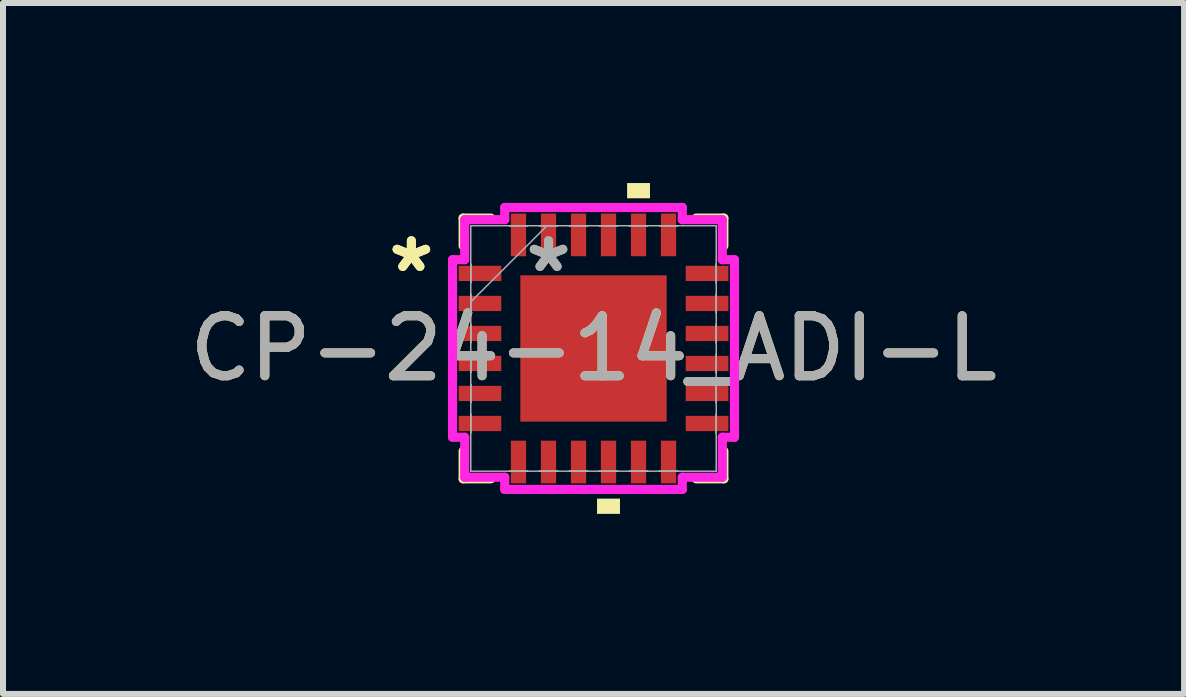
<source format=kicad_pcb>
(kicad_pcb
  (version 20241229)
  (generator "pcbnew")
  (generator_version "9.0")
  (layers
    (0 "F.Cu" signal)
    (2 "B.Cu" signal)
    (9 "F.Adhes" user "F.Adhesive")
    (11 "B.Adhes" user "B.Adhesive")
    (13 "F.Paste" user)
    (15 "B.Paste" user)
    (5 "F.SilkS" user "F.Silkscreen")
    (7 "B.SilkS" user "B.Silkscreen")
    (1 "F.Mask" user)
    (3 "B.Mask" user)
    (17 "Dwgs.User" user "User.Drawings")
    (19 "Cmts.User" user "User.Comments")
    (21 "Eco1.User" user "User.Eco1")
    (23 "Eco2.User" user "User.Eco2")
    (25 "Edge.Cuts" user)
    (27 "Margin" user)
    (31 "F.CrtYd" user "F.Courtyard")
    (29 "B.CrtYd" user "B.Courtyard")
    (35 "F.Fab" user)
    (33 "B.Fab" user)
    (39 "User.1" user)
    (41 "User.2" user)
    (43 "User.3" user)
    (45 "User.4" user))
  (footprint "CP-24-14_ADI-L"
    (layer "F.Cu")
    (at 6.839 2.756)
    (property "Reference" "CP-24-14_ADI-L" (at 0 0 0) (unlocked yes) (layer "F.SilkS") (effects (font (size 1 1) (thickness 0.15))))
    (attr smd)
    (fp_line (start -2.172 -2.172) (end -2.172 -1.71) (stroke (width 0.152) (type solid)) (layer "F.SilkS"))
    (fp_line (start -2.172 1.71) (end -2.172 2.172) (stroke (width 0.152) (type solid)) (layer "F.SilkS"))
    (fp_line (start -2.172 2.172) (end -1.71 2.172) (stroke (width 0.152) (type solid)) (layer "F.SilkS"))
    (fp_line (start -1.71 -2.172) (end -2.172 -2.172) (stroke (width 0.152) (type solid)) (layer "F.SilkS"))
    (fp_line (start 1.71 2.172) (end 2.172 2.172) (stroke (width 0.152) (type solid)) (layer "F.SilkS"))
    (fp_line (start 2.172 -2.172) (end 1.71 -2.172) (stroke (width 0.152) (type solid)) (layer "F.SilkS"))
    (fp_line (start 2.172 -1.71) (end 2.172 -2.172) (stroke (width 0.152) (type solid)) (layer "F.SilkS"))
    (fp_line (start 2.172 2.172) (end 2.172 1.71) (stroke (width 0.152) (type solid)) (layer "F.SilkS"))
    (fp_poly (pts (xy 0.059 2.502) (xy 0.059 2.756) (xy 0.441 2.756) (xy 0.441 2.502)) (stroke (width 0) (type solid)) (fill yes) (layer "F.SilkS"))
    (fp_poly (pts (xy 0.56 -2.502) (xy 0.56 -2.756) (xy 0.941 -2.756) (xy 0.941 -2.502)) (stroke (width 0) (type solid)) (fill yes) (layer "F.SilkS"))
    (fp_line (start -2.349 -1.479) (end -2.146 -1.479) (stroke (width 0.152) (type solid)) (layer "F.CrtYd"))
    (fp_line (start -2.349 1.479) (end -2.349 -1.479) (stroke (width 0.152) (type solid)) (layer "F.CrtYd"))
    (fp_line (start -2.146 -2.146) (end -1.479 -2.146) (stroke (width 0.152) (type solid)) (layer "F.CrtYd"))
    (fp_line (start -2.146 -1.479) (end -2.146 -2.146) (stroke (width 0.152) (type solid)) (layer "F.CrtYd"))
    (fp_line (start -2.146 1.479) (end -2.349 1.479) (stroke (width 0.152) (type solid)) (layer "F.CrtYd"))
    (fp_line (start -2.146 2.146) (end -2.146 1.479) (stroke (width 0.152) (type solid)) (layer "F.CrtYd"))
    (fp_line (start -1.479 -2.349) (end 1.479 -2.349) (stroke (width 0.152) (type solid)) (layer "F.CrtYd"))
    (fp_line (start -1.479 -2.146) (end -1.479 -2.349) (stroke (width 0.152) (type solid)) (layer "F.CrtYd"))
    (fp_line (start -1.479 2.146) (end -2.146 2.146) (stroke (width 0.152) (type solid)) (layer "F.CrtYd"))
    (fp_line (start -1.479 2.349) (end -1.479 2.146) (stroke (width 0.152) (type solid)) (layer "F.CrtYd"))
    (fp_line (start 1.479 -2.349) (end 1.479 -2.146) (stroke (width 0.152) (type solid)) (layer "F.CrtYd"))
    (fp_line (start 1.479 -2.146) (end 2.146 -2.146) (stroke (width 0.152) (type solid)) (layer "F.CrtYd"))
    (fp_line (start 1.479 2.146) (end 1.479 2.349) (stroke (width 0.152) (type solid)) (layer "F.CrtYd"))
    (fp_line (start 1.479 2.349) (end -1.479 2.349) (stroke (width 0.152) (type solid)) (layer "F.CrtYd"))
    (fp_line (start 2.146 -2.146) (end 2.146 -1.479) (stroke (width 0.152) (type solid)) (layer "F.CrtYd"))
    (fp_line (start 2.146 -1.479) (end 2.349 -1.479) (stroke (width 0.152) (type solid)) (layer "F.CrtYd"))
    (fp_line (start 2.146 1.479) (end 2.146 2.146) (stroke (width 0.152) (type solid)) (layer "F.CrtYd"))
    (fp_line (start 2.146 2.146) (end 1.479 2.146) (stroke (width 0.152) (type solid)) (layer "F.CrtYd"))
    (fp_line (start 2.349 -1.479) (end 2.349 1.479) (stroke (width 0.152) (type solid)) (layer "F.CrtYd"))
    (fp_line (start 2.349 1.479) (end 2.146 1.479) (stroke (width 0.152) (type solid)) (layer "F.CrtYd"))
    (fp_line (start -2.045 -2.045) (end -2.045 2.045) (stroke (width 0.025) (type solid)) (layer "F.Fab"))
    (fp_line (start -2.045 -1.402) (end -2.045 -1.402) (stroke (width 0.025) (type solid)) (layer "F.Fab"))
    (fp_line (start -2.045 -1.402) (end -2.045 -1.098) (stroke (width 0.025) (type solid)) (layer "F.Fab"))
    (fp_line (start -2.045 -1.098) (end -2.045 -1.402) (stroke (width 0.025) (type solid)) (layer "F.Fab"))
    (fp_line (start -2.045 -1.098) (end -2.045 -1.098) (stroke (width 0.025) (type solid)) (layer "F.Fab"))
    (fp_line (start -2.045 -0.902) (end -2.045 -0.902) (stroke (width 0.025) (type solid)) (layer "F.Fab"))
    (fp_line (start -2.045 -0.902) (end -2.045 -0.598) (stroke (width 0.025) (type solid)) (layer "F.Fab"))
    (fp_line (start -2.045 -0.775) (end -0.775 -2.045) (stroke (width 0.025) (type solid)) (layer "F.Fab"))
    (fp_line (start -2.045 -0.598) (end -2.045 -0.902) (stroke (width 0.025) (type solid)) (layer "F.Fab"))
    (fp_line (start -2.045 -0.598) (end -2.045 -0.598) (stroke (width 0.025) (type solid)) (layer "F.Fab"))
    (fp_line (start -2.045 -0.402) (end -2.045 -0.402) (stroke (width 0.025) (type solid)) (layer "F.Fab"))
    (fp_line (start -2.045 -0.402) (end -2.045 -0.098) (stroke (width 0.025) (type solid)) (layer "F.Fab"))
    (fp_line (start -2.045 -0.098) (end -2.045 -0.402) (stroke (width 0.025) (type solid)) (layer "F.Fab"))
    (fp_line (start -2.045 -0.098) (end -2.045 -0.098) (stroke (width 0.025) (type solid)) (layer "F.Fab"))
    (fp_line (start -2.045 0.098) (end -2.045 0.098) (stroke (width 0.025) (type solid)) (layer "F.Fab"))
    (fp_line (start -2.045 0.098) (end -2.045 0.402) (stroke (width 0.025) (type solid)) (layer "F.Fab"))
    (fp_line (start -2.045 0.402) (end -2.045 0.098) (stroke (width 0.025) (type solid)) (layer "F.Fab"))
    (fp_line (start -2.045 0.402) (end -2.045 0.402) (stroke (width 0.025) (type solid)) (layer "F.Fab"))
    (fp_line (start -2.045 0.598) (end -2.045 0.598) (stroke (width 0.025) (type solid)) (layer "F.Fab"))
    (fp_line (start -2.045 0.598) (end -2.045 0.902) (stroke (width 0.025) (type solid)) (layer "F.Fab"))
    (fp_line (start -2.045 0.902) (end -2.045 0.598) (stroke (width 0.025) (type solid)) (layer "F.Fab"))
    (fp_line (start -2.045 0.902) (end -2.045 0.902) (stroke (width 0.025) (type solid)) (layer "F.Fab"))
    (fp_line (start -2.045 1.098) (end -2.045 1.098) (stroke (width 0.025) (type solid)) (layer "F.Fab"))
    (fp_line (start -2.045 1.098) (end -2.045 1.402) (stroke (width 0.025) (type solid)) (layer "F.Fab"))
    (fp_line (start -2.045 1.402) (end -2.045 1.098) (stroke (width 0.025) (type solid)) (layer "F.Fab"))
    (fp_line (start -2.045 1.402) (end -2.045 1.402) (stroke (width 0.025) (type solid)) (layer "F.Fab"))
    (fp_line (start -2.045 2.045) (end 2.045 2.045) (stroke (width 0.025) (type solid)) (layer "F.Fab"))
    (fp_line (start -1.402 -2.045) (end -1.402 -2.045) (stroke (width 0.025) (type solid)) (layer "F.Fab"))
    (fp_line (start -1.402 -2.045) (end -1.098 -2.045) (stroke (width 0.025) (type solid)) (layer "F.Fab"))
    (fp_line (start -1.402 2.045) (end -1.402 2.045) (stroke (width 0.025) (type solid)) (layer "F.Fab"))
    (fp_line (start -1.402 2.045) (end -1.098 2.045) (stroke (width 0.025) (type solid)) (layer "F.Fab"))
    (fp_line (start -1.098 -2.045) (end -1.402 -2.045) (stroke (width 0.025) (type solid)) (layer "F.Fab"))
    (fp_line (start -1.098 -2.045) (end -1.098 -2.045) (stroke (width 0.025) (type solid)) (layer "F.Fab"))
    (fp_line (start -1.098 2.045) (end -1.402 2.045) (stroke (width 0.025) (type solid)) (layer "F.Fab"))
    (fp_line (start -1.098 2.045) (end -1.098 2.045) (stroke (width 0.025) (type solid)) (layer "F.Fab"))
    (fp_line (start -0.902 -2.045) (end -0.902 -2.045) (stroke (width 0.025) (type solid)) (layer "F.Fab"))
    (fp_line (start -0.902 -2.045) (end -0.598 -2.045) (stroke (width 0.025) (type solid)) (layer "F.Fab"))
    (fp_line (start -0.902 2.045) (end -0.902 2.045) (stroke (width 0.025) (type solid)) (layer "F.Fab"))
    (fp_line (start -0.902 2.045) (end -0.598 2.045) (stroke (width 0.025) (type solid)) (layer "F.Fab"))
    (fp_line (start -0.598 -2.045) (end -0.902 -2.045) (stroke (width 0.025) (type solid)) (layer "F.Fab"))
    (fp_line (start -0.598 -2.045) (end -0.598 -2.045) (stroke (width 0.025) (type solid)) (layer "F.Fab"))
    (fp_line (start -0.598 2.045) (end -0.902 2.045) (stroke (width 0.025) (type solid)) (layer "F.Fab"))
    (fp_line (start -0.598 2.045) (end -0.598 2.045) (stroke (width 0.025) (type solid)) (layer "F.Fab"))
    (fp_line (start -0.402 -2.045) (end -0.402 -2.045) (stroke (width 0.025) (type solid)) (layer "F.Fab"))
    (fp_line (start -0.402 -2.045) (end -0.098 -2.045) (stroke (width 0.025) (type solid)) (layer "F.Fab"))
    (fp_line (start -0.402 2.045) (end -0.402 2.045) (stroke (width 0.025) (type solid)) (layer "F.Fab"))
    (fp_line (start -0.402 2.045) (end -0.098 2.045) (stroke (width 0.025) (type solid)) (layer "F.Fab"))
    (fp_line (start -0.098 -2.045) (end -0.402 -2.045) (stroke (width 0.025) (type solid)) (layer "F.Fab"))
    (fp_line (start -0.098 -2.045) (end -0.098 -2.045) (stroke (width 0.025) (type solid)) (layer "F.Fab"))
    (fp_line (start -0.098 2.045) (end -0.402 2.045) (stroke (width 0.025) (type solid)) (layer "F.Fab"))
    (fp_line (start -0.098 2.045) (end -0.098 2.045) (stroke (width 0.025) (type solid)) (layer "F.Fab"))
    (fp_line (start 0.098 -2.045) (end 0.098 -2.045) (stroke (width 0.025) (type solid)) (layer "F.Fab"))
    (fp_line (start 0.098 -2.045) (end 0.402 -2.045) (stroke (width 0.025) (type solid)) (layer "F.Fab"))
    (fp_line (start 0.098 2.045) (end 0.098 2.045) (stroke (width 0.025) (type solid)) (layer "F.Fab"))
    (fp_line (start 0.098 2.045) (end 0.402 2.045) (stroke (width 0.025) (type solid)) (layer "F.Fab"))
    (fp_line (start 0.402 -2.045) (end 0.098 -2.045) (stroke (width 0.025) (type solid)) (layer "F.Fab"))
    (fp_line (start 0.402 -2.045) (end 0.402 -2.045) (stroke (width 0.025) (type solid)) (layer "F.Fab"))
    (fp_line (start 0.402 2.045) (end 0.098 2.045) (stroke (width 0.025) (type solid)) (layer "F.Fab"))
    (fp_line (start 0.402 2.045) (end 0.402 2.045) (stroke (width 0.025) (type solid)) (layer "F.Fab"))
    (fp_line (start 0.598 -2.045) (end 0.598 -2.045) (stroke (width 0.025) (type solid)) (layer "F.Fab"))
    (fp_line (start 0.598 -2.045) (end 0.902 -2.045) (stroke (width 0.025) (type solid)) (layer "F.Fab"))
    (fp_line (start 0.598 2.045) (end 0.598 2.045) (stroke (width 0.025) (type solid)) (layer "F.Fab"))
    (fp_line (start 0.598 2.045) (end 0.902 2.045) (stroke (width 0.025) (type solid)) (layer "F.Fab"))
    (fp_line (start 0.902 -2.045) (end 0.598 -2.045) (stroke (width 0.025) (type solid)) (layer "F.Fab"))
    (fp_line (start 0.902 -2.045) (end 0.902 -2.045) (stroke (width 0.025) (type solid)) (layer "F.Fab"))
    (fp_line (start 0.902 2.045) (end 0.598 2.045) (stroke (width 0.025) (type solid)) (layer "F.Fab"))
    (fp_line (start 0.902 2.045) (end 0.902 2.045) (stroke (width 0.025) (type solid)) (layer "F.Fab"))
    (fp_line (start 1.098 -2.045) (end 1.098 -2.045) (stroke (width 0.025) (type solid)) (layer "F.Fab"))
    (fp_line (start 1.098 -2.045) (end 1.402 -2.045) (stroke (width 0.025) (type solid)) (layer "F.Fab"))
    (fp_line (start 1.098 2.045) (end 1.098 2.045) (stroke (width 0.025) (type solid)) (layer "F.Fab"))
    (fp_line (start 1.098 2.045) (end 1.402 2.045) (stroke (width 0.025) (type solid)) (layer "F.Fab"))
    (fp_line (start 1.402 -2.045) (end 1.098 -2.045) (stroke (width 0.025) (type solid)) (layer "F.Fab"))
    (fp_line (start 1.402 -2.045) (end 1.402 -2.045) (stroke (width 0.025) (type solid)) (layer "F.Fab"))
    (fp_line (start 1.402 2.045) (end 1.098 2.045) (stroke (width 0.025) (type solid)) (layer "F.Fab"))
    (fp_line (start 1.402 2.045) (end 1.402 2.045) (stroke (width 0.025) (type solid)) (layer "F.Fab"))
    (fp_line (start 2.045 -2.045) (end -2.045 -2.045) (stroke (width 0.025) (type solid)) (layer "F.Fab"))
    (fp_line (start 2.045 -1.402) (end 2.045 -1.402) (stroke (width 0.025) (type solid)) (layer "F.Fab"))
    (fp_line (start 2.045 -1.402) (end 2.045 -1.098) (stroke (width 0.025) (type solid)) (layer "F.Fab"))
    (fp_line (start 2.045 -1.098) (end 2.045 -1.402) (stroke (width 0.025) (type solid)) (layer "F.Fab"))
    (fp_line (start 2.045 -1.098) (end 2.045 -1.098) (stroke (width 0.025) (type solid)) (layer "F.Fab"))
    (fp_line (start 2.045 -0.902) (end 2.045 -0.902) (stroke (width 0.025) (type solid)) (layer "F.Fab"))
    (fp_line (start 2.045 -0.902) (end 2.045 -0.598) (stroke (width 0.025) (type solid)) (layer "F.Fab"))
    (fp_line (start 2.045 -0.598) (end 2.045 -0.902) (stroke (width 0.025) (type solid)) (layer "F.Fab"))
    (fp_line (start 2.045 -0.598) (end 2.045 -0.598) (stroke (width 0.025) (type solid)) (layer "F.Fab"))
    (fp_line (start 2.045 -0.402) (end 2.045 -0.402) (stroke (width 0.025) (type solid)) (layer "F.Fab"))
    (fp_line (start 2.045 -0.402) (end 2.045 -0.098) (stroke (width 0.025) (type solid)) (layer "F.Fab"))
    (fp_line (start 2.045 -0.098) (end 2.045 -0.402) (stroke (width 0.025) (type solid)) (layer "F.Fab"))
    (fp_line (start 2.045 -0.098) (end 2.045 -0.098) (stroke (width 0.025) (type solid)) (layer "F.Fab"))
    (fp_line (start 2.045 0.098) (end 2.045 0.098) (stroke (width 0.025) (type solid)) (layer "F.Fab"))
    (fp_line (start 2.045 0.098) (end 2.045 0.402) (stroke (width 0.025) (type solid)) (layer "F.Fab"))
    (fp_line (start 2.045 0.402) (end 2.045 0.098) (stroke (width 0.025) (type solid)) (layer "F.Fab"))
    (fp_line (start 2.045 0.402) (end 2.045 0.402) (stroke (width 0.025) (type solid)) (layer "F.Fab"))
    (fp_line (start 2.045 0.598) (end 2.045 0.598) (stroke (width 0.025) (type solid)) (layer "F.Fab"))
    (fp_line (start 2.045 0.598) (end 2.045 0.902) (stroke (width 0.025) (type solid)) (layer "F.Fab"))
    (fp_line (start 2.045 0.902) (end 2.045 0.598) (stroke (width 0.025) (type solid)) (layer "F.Fab"))
    (fp_line (start 2.045 0.902) (end 2.045 0.902) (stroke (width 0.025) (type solid)) (layer "F.Fab"))
    (fp_line (start 2.045 1.098) (end 2.045 1.098) (stroke (width 0.025) (type solid)) (layer "F.Fab"))
    (fp_line (start 2.045 1.098) (end 2.045 1.402) (stroke (width 0.025) (type solid)) (layer "F.Fab"))
    (fp_line (start 2.045 1.402) (end 2.045 1.098) (stroke (width 0.025) (type solid)) (layer "F.Fab"))
    (fp_line (start 2.045 1.402) (end 2.045 1.402) (stroke (width 0.025) (type solid)) (layer "F.Fab"))
    (fp_line (start 2.045 2.045) (end 2.045 -2.045) (stroke (width 0.025) (type solid)) (layer "F.Fab"))
    (fp_text user "*" (at -3.035 -1.25 0) (unlocked yes) (layer "F.SilkS") (effects (font (size 1 1) (thickness 0.15))))
    (fp_text user "*" (at -3.035 -1.25 0) (layer "F.SilkS") (effects (font (size 1 1) (thickness 0.15))))
    (fp_text user "*" (at -0.749 -1.25 0) (layer "F.Fab") (effects (font (size 1 1) (thickness 0.15))))
    (fp_text user "*" (at -0.749 -1.25 0) (unlocked yes) (layer "F.Fab") (effects (font (size 1 1) (thickness 0.15))))
    (fp_text user "${REFERENCE}" (at 0 0 0) (unlocked yes) (layer "F.Fab") (effects (font (size 1 1) (thickness 0.15))))
    (pad "1" smd rect (at -1.892 -1.25 90) (size 0.254 0.711) (layers "F.Cu" "F.Mask" "F.Paste"))
    (pad "2" smd rect (at -1.892 -0.75 90) (size 0.254 0.711) (layers "F.Cu" "F.Mask" "F.Paste"))
    (pad "3" smd rect (at -1.892 -0.25 90) (size 0.254 0.711) (layers "F.Cu" "F.Mask" "F.Paste"))
    (pad "4" smd rect (at -1.892 0.25 90) (size 0.254 0.711) (layers "F.Cu" "F.Mask" "F.Paste"))
    (pad "5" smd rect (at -1.892 0.75 90) (size 0.254 0.711) (layers "F.Cu" "F.Mask" "F.Paste"))
    (pad "6" smd rect (at -1.892 1.25 90) (size 0.254 0.711) (layers "F.Cu" "F.Mask" "F.Paste"))
    (pad "7" smd rect (at -1.25 1.892) (size 0.254 0.711) (layers "F.Cu" "F.Mask" "F.Paste"))
    (pad "8" smd rect (at -0.75 1.892) (size 0.254 0.711) (layers "F.Cu" "F.Mask" "F.Paste"))
    (pad "9" smd rect (at -0.25 1.892) (size 0.254 0.711) (layers "F.Cu" "F.Mask" "F.Paste"))
    (pad "10" smd rect (at 0.25 1.892) (size 0.254 0.711) (layers "F.Cu" "F.Mask" "F.Paste"))
    (pad "11" smd rect (at 0.75 1.892) (size 0.254 0.711) (layers "F.Cu" "F.Mask" "F.Paste"))
    (pad "12" smd rect (at 1.25 1.892) (size 0.254 0.711) (layers "F.Cu" "F.Mask" "F.Paste"))
    (pad "13" smd rect (at 1.892 1.25 90) (size 0.254 0.711) (layers "F.Cu" "F.Mask" "F.Paste"))
    (pad "14" smd rect (at 1.892 0.75 90) (size 0.254 0.711) (layers "F.Cu" "F.Mask" "F.Paste"))
    (pad "15" smd rect (at 1.892 0.25 90) (size 0.254 0.711) (layers "F.Cu" "F.Mask" "F.Paste"))
    (pad "16" smd rect (at 1.892 -0.25 90) (size 0.254 0.711) (layers "F.Cu" "F.Mask" "F.Paste"))
    (pad "17" smd rect (at 1.892 -0.75 90) (size 0.254 0.711) (layers "F.Cu" "F.Mask" "F.Paste"))
    (pad "18" smd rect (at 1.892 -1.25 90) (size 0.254 0.711) (layers "F.Cu" "F.Mask" "F.Paste"))
    (pad "19" smd rect (at 1.25 -1.892) (size 0.254 0.711) (layers "F.Cu" "F.Mask" "F.Paste"))
    (pad "20" smd rect (at 0.75 -1.892) (size 0.254 0.711) (layers "F.Cu" "F.Mask" "F.Paste"))
    (pad "21" smd rect (at 0.25 -1.892) (size 0.254 0.711) (layers "F.Cu" "F.Mask" "F.Paste"))
    (pad "22" smd rect (at -0.25 -1.892) (size 0.254 0.711) (layers "F.Cu" "F.Mask" "F.Paste"))
    (pad "23" smd rect (at -0.75 -1.892) (size 0.254 0.711) (layers "F.Cu" "F.Mask" "F.Paste"))
    (pad "24" smd rect (at -1.25 -1.892) (size 0.254 0.711) (layers "F.Cu" "F.Mask" "F.Paste"))
    (pad "25" smd rect (at 0 0) (size 2.438 2.438) (layers "F.Cu" "F.Mask" "F.Paste")))
  (gr_rect
    (start -3 -3)
    (end 16.679 8.512)
    (stroke (width 0.1) (type default))
    (fill no)
    (layer "Edge.Cuts")))
</source>
